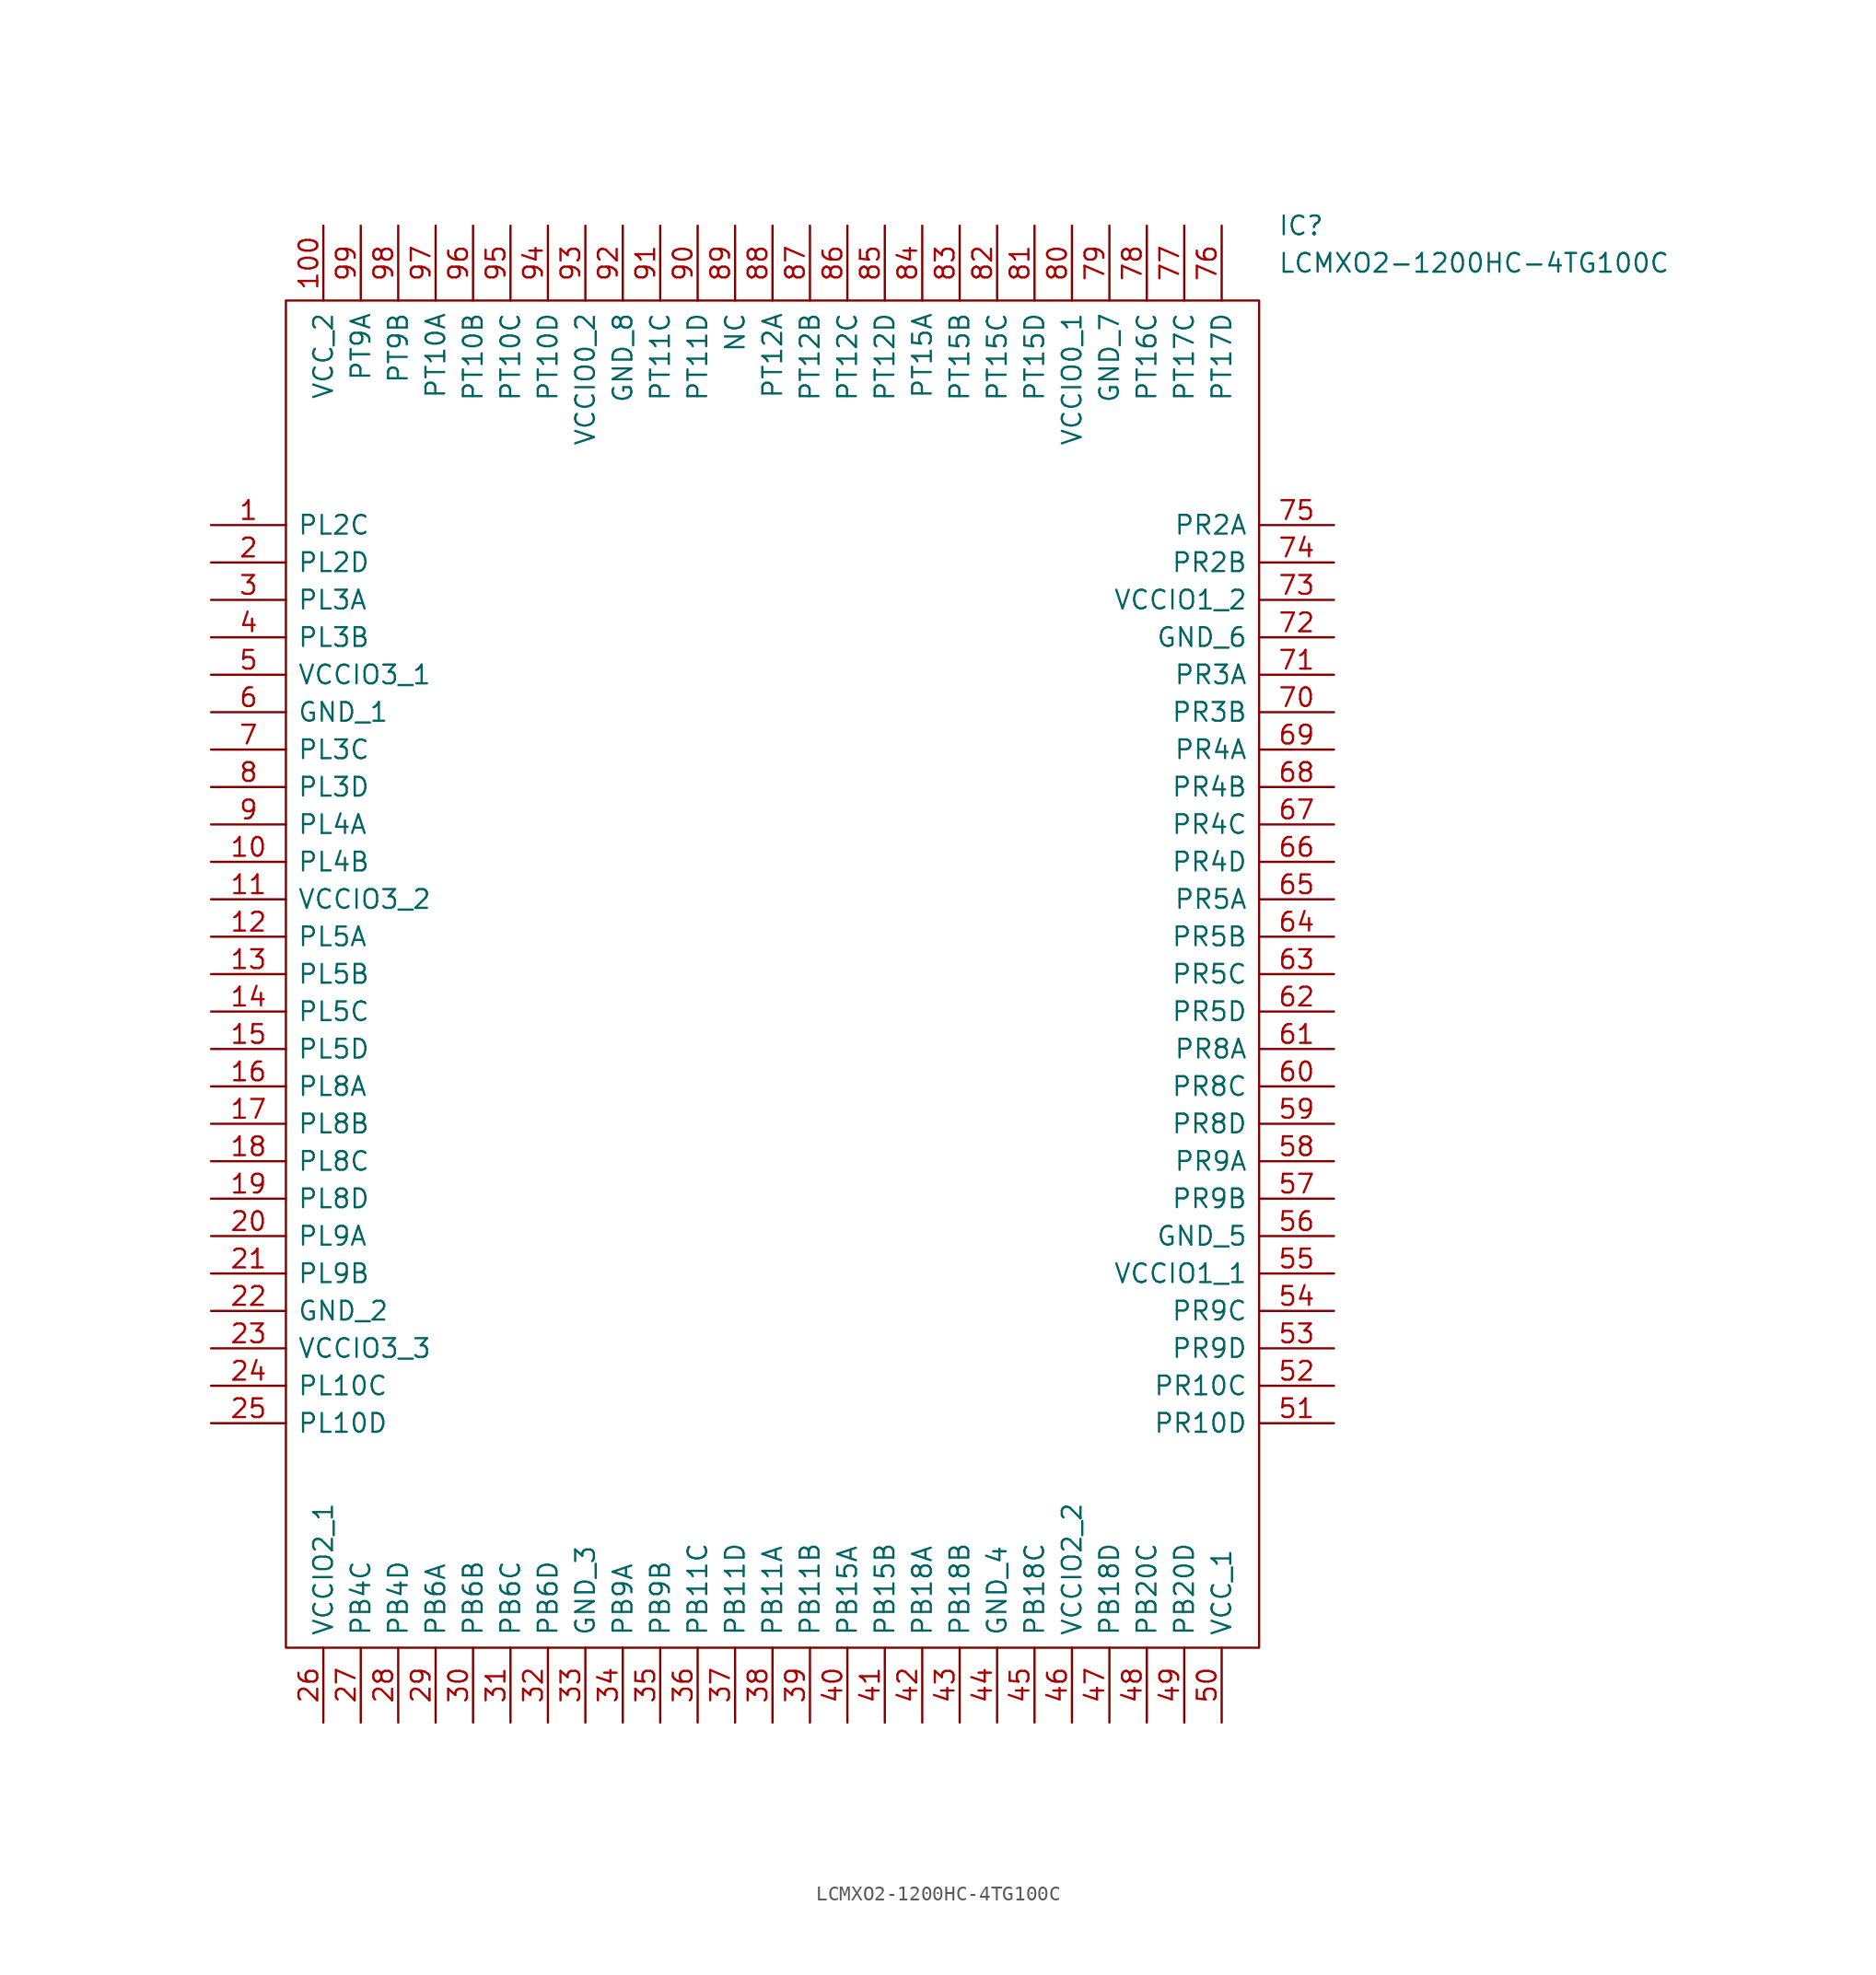
<source format=kicad_sym>
(kicad_symbol_lib
  (version 20220914)
  (generator kicad_symbol_editor)
  (symbol "LCMXO2-1200HC-4TG100C"
    (pin_names
      (offset 0.762))
    (property "Reference" "IC"
      (at 72.39 20.32 0)
      (effects (font (size 1.27 1.27)) (justify left)))
    (property "Value" "LCMXO2-1200HC-4TG100C"
      (at 72.39 17.78 0)
      (effects (font (size 1.27 1.27)) (justify left)))
    (symbol "LCMXO2-1200HC-4TG100C_0_0"
      (pin bidirectional line (at 0 0 0) (length 5.08) (name "PL2C" (effects (font (size 1.27 1.27)))) (number "1" (effects (font (size 1.27 1.27)))))
      (pin bidirectional line (at 0 -22.86 0) (length 5.08) (name "PL4B" (effects (font (size 1.27 1.27)))) (number "10" (effects (font (size 1.27 1.27)))))
      (pin bidirectional line (at 7.62 20.32 270) (length 5.08) (name "VCC_2" (effects (font (size 1.27 1.27)))) (number "100" (effects (font (size 1.27 1.27)))))
      (pin bidirectional line (at 0 -25.4 0) (length 5.08) (name "VCCIO3_2" (effects (font (size 1.27 1.27)))) (number "11" (effects (font (size 1.27 1.27)))))
      (pin bidirectional line (at 0 -27.94 0) (length 5.08) (name "PL5A" (effects (font (size 1.27 1.27)))) (number "12" (effects (font (size 1.27 1.27)))))
      (pin bidirectional line (at 0 -30.48 0) (length 5.08) (name "PL5B" (effects (font (size 1.27 1.27)))) (number "13" (effects (font (size 1.27 1.27)))))
      (pin bidirectional line (at 0 -33.02 0) (length 5.08) (name "PL5C" (effects (font (size 1.27 1.27)))) (number "14" (effects (font (size 1.27 1.27)))))
      (pin bidirectional line (at 0 -35.56 0) (length 5.08) (name "PL5D" (effects (font (size 1.27 1.27)))) (number "15" (effects (font (size 1.27 1.27)))))
      (pin bidirectional line (at 0 -38.1 0) (length 5.08) (name "PL8A" (effects (font (size 1.27 1.27)))) (number "16" (effects (font (size 1.27 1.27)))))
      (pin bidirectional line (at 0 -40.64 0) (length 5.08) (name "PL8B" (effects (font (size 1.27 1.27)))) (number "17" (effects (font (size 1.27 1.27)))))
      (pin bidirectional line (at 0 -43.18 0) (length 5.08) (name "PL8C" (effects (font (size 1.27 1.27)))) (number "18" (effects (font (size 1.27 1.27)))))
      (pin bidirectional line (at 0 -45.72 0) (length 5.08) (name "PL8D" (effects (font (size 1.27 1.27)))) (number "19" (effects (font (size 1.27 1.27)))))
      (pin bidirectional line (at 0 -2.54 0) (length 5.08) (name "PL2D" (effects (font (size 1.27 1.27)))) (number "2" (effects (font (size 1.27 1.27)))))
      (pin bidirectional line (at 0 -48.26 0) (length 5.08) (name "PL9A" (effects (font (size 1.27 1.27)))) (number "20" (effects (font (size 1.27 1.27)))))
      (pin bidirectional line (at 0 -50.8 0) (length 5.08) (name "PL9B" (effects (font (size 1.27 1.27)))) (number "21" (effects (font (size 1.27 1.27)))))
      (pin bidirectional line (at 0 -53.34 0) (length 5.08) (name "GND_2" (effects (font (size 1.27 1.27)))) (number "22" (effects (font (size 1.27 1.27)))))
      (pin bidirectional line (at 0 -55.88 0) (length 5.08) (name "VCCIO3_3" (effects (font (size 1.27 1.27)))) (number "23" (effects (font (size 1.27 1.27)))))
      (pin bidirectional line (at 0 -58.42 0) (length 5.08) (name "PL10C" (effects (font (size 1.27 1.27)))) (number "24" (effects (font (size 1.27 1.27)))))
      (pin bidirectional line (at 0 -60.96 0) (length 5.08) (name "PL10D" (effects (font (size 1.27 1.27)))) (number "25" (effects (font (size 1.27 1.27)))))
      (pin bidirectional line (at 7.62 -81.28 90) (length 5.08) (name "VCCIO2_1" (effects (font (size 1.27 1.27)))) (number "26" (effects (font (size 1.27 1.27)))))
      (pin bidirectional line (at 10.16 -81.28 90) (length 5.08) (name "PB4C" (effects (font (size 1.27 1.27)))) (number "27" (effects (font (size 1.27 1.27)))))
      (pin bidirectional line (at 12.7 -81.28 90) (length 5.08) (name "PB4D" (effects (font (size 1.27 1.27)))) (number "28" (effects (font (size 1.27 1.27)))))
      (pin bidirectional line (at 15.24 -81.28 90) (length 5.08) (name "PB6A" (effects (font (size 1.27 1.27)))) (number "29" (effects (font (size 1.27 1.27)))))
      (pin bidirectional line (at 0 -5.08 0) (length 5.08) (name "PL3A" (effects (font (size 1.27 1.27)))) (number "3" (effects (font (size 1.27 1.27)))))
      (pin bidirectional line (at 17.78 -81.28 90) (length 5.08) (name "PB6B" (effects (font (size 1.27 1.27)))) (number "30" (effects (font (size 1.27 1.27)))))
      (pin bidirectional line (at 20.32 -81.28 90) (length 5.08) (name "PB6C" (effects (font (size 1.27 1.27)))) (number "31" (effects (font (size 1.27 1.27)))))
      (pin bidirectional line (at 22.86 -81.28 90) (length 5.08) (name "PB6D" (effects (font (size 1.27 1.27)))) (number "32" (effects (font (size 1.27 1.27)))))
      (pin bidirectional line (at 25.4 -81.28 90) (length 5.08) (name "GND_3" (effects (font (size 1.27 1.27)))) (number "33" (effects (font (size 1.27 1.27)))))
      (pin bidirectional line (at 27.94 -81.28 90) (length 5.08) (name "PB9A" (effects (font (size 1.27 1.27)))) (number "34" (effects (font (size 1.27 1.27)))))
      (pin bidirectional line (at 30.48 -81.28 90) (length 5.08) (name "PB9B" (effects (font (size 1.27 1.27)))) (number "35" (effects (font (size 1.27 1.27)))))
      (pin bidirectional line (at 33.02 -81.28 90) (length 5.08) (name "PB11C" (effects (font (size 1.27 1.27)))) (number "36" (effects (font (size 1.27 1.27)))))
      (pin bidirectional line (at 35.56 -81.28 90) (length 5.08) (name "PB11D" (effects (font (size 1.27 1.27)))) (number "37" (effects (font (size 1.27 1.27)))))
      (pin bidirectional line (at 38.1 -81.28 90) (length 5.08) (name "PB11A" (effects (font (size 1.27 1.27)))) (number "38" (effects (font (size 1.27 1.27)))))
      (pin bidirectional line (at 40.64 -81.28 90) (length 5.08) (name "PB11B" (effects (font (size 1.27 1.27)))) (number "39" (effects (font (size 1.27 1.27)))))
      (pin bidirectional line (at 0 -7.62 0) (length 5.08) (name "PL3B" (effects (font (size 1.27 1.27)))) (number "4" (effects (font (size 1.27 1.27)))))
      (pin bidirectional line (at 43.18 -81.28 90) (length 5.08) (name "PB15A" (effects (font (size 1.27 1.27)))) (number "40" (effects (font (size 1.27 1.27)))))
      (pin bidirectional line (at 45.72 -81.28 90) (length 5.08) (name "PB15B" (effects (font (size 1.27 1.27)))) (number "41" (effects (font (size 1.27 1.27)))))
      (pin bidirectional line (at 48.26 -81.28 90) (length 5.08) (name "PB18A" (effects (font (size 1.27 1.27)))) (number "42" (effects (font (size 1.27 1.27)))))
      (pin bidirectional line (at 50.8 -81.28 90) (length 5.08) (name "PB18B" (effects (font (size 1.27 1.27)))) (number "43" (effects (font (size 1.27 1.27)))))
      (pin bidirectional line (at 53.34 -81.28 90) (length 5.08) (name "GND_4" (effects (font (size 1.27 1.27)))) (number "44" (effects (font (size 1.27 1.27)))))
      (pin bidirectional line (at 55.88 -81.28 90) (length 5.08) (name "PB18C" (effects (font (size 1.27 1.27)))) (number "45" (effects (font (size 1.27 1.27)))))
      (pin bidirectional line (at 58.42 -81.28 90) (length 5.08) (name "VCCIO2_2" (effects (font (size 1.27 1.27)))) (number "46" (effects (font (size 1.27 1.27)))))
      (pin bidirectional line (at 60.96 -81.28 90) (length 5.08) (name "PB18D" (effects (font (size 1.27 1.27)))) (number "47" (effects (font (size 1.27 1.27)))))
      (pin bidirectional line (at 63.5 -81.28 90) (length 5.08) (name "PB20C" (effects (font (size 1.27 1.27)))) (number "48" (effects (font (size 1.27 1.27)))))
      (pin bidirectional line (at 66.04 -81.28 90) (length 5.08) (name "PB20D" (effects (font (size 1.27 1.27)))) (number "49" (effects (font (size 1.27 1.27)))))
      (pin bidirectional line (at 0 -10.16 0) (length 5.08) (name "VCCIO3_1" (effects (font (size 1.27 1.27)))) (number "5" (effects (font (size 1.27 1.27)))))
      (pin bidirectional line (at 68.58 -81.28 90) (length 5.08) (name "VCC_1" (effects (font (size 1.27 1.27)))) (number "50" (effects (font (size 1.27 1.27)))))
      (pin bidirectional line (at 76.2 -60.96 180) (length 5.08) (name "PR10D" (effects (font (size 1.27 1.27)))) (number "51" (effects (font (size 1.27 1.27)))))
      (pin bidirectional line (at 76.2 -58.42 180) (length 5.08) (name "PR10C" (effects (font (size 1.27 1.27)))) (number "52" (effects (font (size 1.27 1.27)))))
      (pin bidirectional line (at 76.2 -55.88 180) (length 5.08) (name "PR9D" (effects (font (size 1.27 1.27)))) (number "53" (effects (font (size 1.27 1.27)))))
      (pin bidirectional line (at 76.2 -53.34 180) (length 5.08) (name "PR9C" (effects (font (size 1.27 1.27)))) (number "54" (effects (font (size 1.27 1.27)))))
      (pin bidirectional line (at 76.2 -50.8 180) (length 5.08) (name "VCCIO1_1" (effects (font (size 1.27 1.27)))) (number "55" (effects (font (size 1.27 1.27)))))
      (pin bidirectional line (at 76.2 -48.26 180) (length 5.08) (name "GND_5" (effects (font (size 1.27 1.27)))) (number "56" (effects (font (size 1.27 1.27)))))
      (pin bidirectional line (at 76.2 -45.72 180) (length 5.08) (name "PR9B" (effects (font (size 1.27 1.27)))) (number "57" (effects (font (size 1.27 1.27)))))
      (pin bidirectional line (at 76.2 -43.18 180) (length 5.08) (name "PR9A" (effects (font (size 1.27 1.27)))) (number "58" (effects (font (size 1.27 1.27)))))
      (pin bidirectional line (at 76.2 -40.64 180) (length 5.08) (name "PR8D" (effects (font (size 1.27 1.27)))) (number "59" (effects (font (size 1.27 1.27)))))
      (pin bidirectional line (at 0 -12.7 0) (length 5.08) (name "GND_1" (effects (font (size 1.27 1.27)))) (number "6" (effects (font (size 1.27 1.27)))))
      (pin bidirectional line (at 76.2 -38.1 180) (length 5.08) (name "PR8C" (effects (font (size 1.27 1.27)))) (number "60" (effects (font (size 1.27 1.27)))))
      (pin bidirectional line (at 76.2 -35.56 180) (length 5.08) (name "PR8A" (effects (font (size 1.27 1.27)))) (number "61" (effects (font (size 1.27 1.27)))))
      (pin bidirectional line (at 76.2 -33.02 180) (length 5.08) (name "PR5D" (effects (font (size 1.27 1.27)))) (number "62" (effects (font (size 1.27 1.27)))))
      (pin bidirectional line (at 76.2 -30.48 180) (length 5.08) (name "PR5C" (effects (font (size 1.27 1.27)))) (number "63" (effects (font (size 1.27 1.27)))))
      (pin bidirectional line (at 76.2 -27.94 180) (length 5.08) (name "PR5B" (effects (font (size 1.27 1.27)))) (number "64" (effects (font (size 1.27 1.27)))))
      (pin bidirectional line (at 76.2 -25.4 180) (length 5.08) (name "PR5A" (effects (font (size 1.27 1.27)))) (number "65" (effects (font (size 1.27 1.27)))))
      (pin bidirectional line (at 76.2 -22.86 180) (length 5.08) (name "PR4D" (effects (font (size 1.27 1.27)))) (number "66" (effects (font (size 1.27 1.27)))))
      (pin bidirectional line (at 76.2 -20.32 180) (length 5.08) (name "PR4C" (effects (font (size 1.27 1.27)))) (number "67" (effects (font (size 1.27 1.27)))))
      (pin bidirectional line (at 76.2 -17.78 180) (length 5.08) (name "PR4B" (effects (font (size 1.27 1.27)))) (number "68" (effects (font (size 1.27 1.27)))))
      (pin bidirectional line (at 76.2 -15.24 180) (length 5.08) (name "PR4A" (effects (font (size 1.27 1.27)))) (number "69" (effects (font (size 1.27 1.27)))))
      (pin bidirectional line (at 0 -15.24 0) (length 5.08) (name "PL3C" (effects (font (size 1.27 1.27)))) (number "7" (effects (font (size 1.27 1.27)))))
      (pin bidirectional line (at 76.2 -12.7 180) (length 5.08) (name "PR3B" (effects (font (size 1.27 1.27)))) (number "70" (effects (font (size 1.27 1.27)))))
      (pin bidirectional line (at 76.2 -10.16 180) (length 5.08) (name "PR3A" (effects (font (size 1.27 1.27)))) (number "71" (effects (font (size 1.27 1.27)))))
      (pin bidirectional line (at 76.2 -7.62 180) (length 5.08) (name "GND_6" (effects (font (size 1.27 1.27)))) (number "72" (effects (font (size 1.27 1.27)))))
      (pin bidirectional line (at 76.2 -5.08 180) (length 5.08) (name "VCCIO1_2" (effects (font (size 1.27 1.27)))) (number "73" (effects (font (size 1.27 1.27)))))
      (pin bidirectional line (at 76.2 -2.54 180) (length 5.08) (name "PR2B" (effects (font (size 1.27 1.27)))) (number "74" (effects (font (size 1.27 1.27)))))
      (pin bidirectional line (at 76.2 0 180) (length 5.08) (name "PR2A" (effects (font (size 1.27 1.27)))) (number "75" (effects (font (size 1.27 1.27)))))
      (pin bidirectional line (at 68.58 20.32 270) (length 5.08) (name "PT17D" (effects (font (size 1.27 1.27)))) (number "76" (effects (font (size 1.27 1.27)))))
      (pin bidirectional line (at 66.04 20.32 270) (length 5.08) (name "PT17C" (effects (font (size 1.27 1.27)))) (number "77" (effects (font (size 1.27 1.27)))))
      (pin bidirectional line (at 63.5 20.32 270) (length 5.08) (name "PT16C" (effects (font (size 1.27 1.27)))) (number "78" (effects (font (size 1.27 1.27)))))
      (pin bidirectional line (at 60.96 20.32 270) (length 5.08) (name "GND_7" (effects (font (size 1.27 1.27)))) (number "79" (effects (font (size 1.27 1.27)))))
      (pin bidirectional line (at 0 -17.78 0) (length 5.08) (name "PL3D" (effects (font (size 1.27 1.27)))) (number "8" (effects (font (size 1.27 1.27)))))
      (pin bidirectional line (at 58.42 20.32 270) (length 5.08) (name "VCCIO0_1" (effects (font (size 1.27 1.27)))) (number "80" (effects (font (size 1.27 1.27)))))
      (pin bidirectional line (at 55.88 20.32 270) (length 5.08) (name "PT15D" (effects (font (size 1.27 1.27)))) (number "81" (effects (font (size 1.27 1.27)))))
      (pin bidirectional line (at 53.34 20.32 270) (length 5.08) (name "PT15C" (effects (font (size 1.27 1.27)))) (number "82" (effects (font (size 1.27 1.27)))))
      (pin bidirectional line (at 50.8 20.32 270) (length 5.08) (name "PT15B" (effects (font (size 1.27 1.27)))) (number "83" (effects (font (size 1.27 1.27)))))
      (pin bidirectional line (at 48.26 20.32 270) (length 5.08) (name "PT15A" (effects (font (size 1.27 1.27)))) (number "84" (effects (font (size 1.27 1.27)))))
      (pin bidirectional line (at 45.72 20.32 270) (length 5.08) (name "PT12D" (effects (font (size 1.27 1.27)))) (number "85" (effects (font (size 1.27 1.27)))))
      (pin bidirectional line (at 43.18 20.32 270) (length 5.08) (name "PT12C" (effects (font (size 1.27 1.27)))) (number "86" (effects (font (size 1.27 1.27)))))
      (pin bidirectional line (at 40.64 20.32 270) (length 5.08) (name "PT12B" (effects (font (size 1.27 1.27)))) (number "87" (effects (font (size 1.27 1.27)))))
      (pin bidirectional line (at 38.1 20.32 270) (length 5.08) (name "PT12A" (effects (font (size 1.27 1.27)))) (number "88" (effects (font (size 1.27 1.27)))))
      (pin bidirectional line (at 35.56 20.32 270) (length 5.08) (name "NC" (effects (font (size 1.27 1.27)))) (number "89" (effects (font (size 1.27 1.27)))))
      (pin bidirectional line (at 0 -20.32 0) (length 5.08) (name "PL4A" (effects (font (size 1.27 1.27)))) (number "9" (effects (font (size 1.27 1.27)))))
      (pin bidirectional line (at 33.02 20.32 270) (length 5.08) (name "PT11D" (effects (font (size 1.27 1.27)))) (number "90" (effects (font (size 1.27 1.27)))))
      (pin bidirectional line (at 30.48 20.32 270) (length 5.08) (name "PT11C" (effects (font (size 1.27 1.27)))) (number "91" (effects (font (size 1.27 1.27)))))
      (pin bidirectional line (at 27.94 20.32 270) (length 5.08) (name "GND_8" (effects (font (size 1.27 1.27)))) (number "92" (effects (font (size 1.27 1.27)))))
      (pin bidirectional line (at 25.4 20.32 270) (length 5.08) (name "VCCIO0_2" (effects (font (size 1.27 1.27)))) (number "93" (effects (font (size 1.27 1.27)))))
      (pin bidirectional line (at 22.86 20.32 270) (length 5.08) (name "PT10D" (effects (font (size 1.27 1.27)))) (number "94" (effects (font (size 1.27 1.27)))))
      (pin bidirectional line (at 20.32 20.32 270) (length 5.08) (name "PT10C" (effects (font (size 1.27 1.27)))) (number "95" (effects (font (size 1.27 1.27)))))
      (pin bidirectional line (at 17.78 20.32 270) (length 5.08) (name "PT10B" (effects (font (size 1.27 1.27)))) (number "96" (effects (font (size 1.27 1.27)))))
      (pin bidirectional line (at 15.24 20.32 270) (length 5.08) (name "PT10A" (effects (font (size 1.27 1.27)))) (number "97" (effects (font (size 1.27 1.27)))))
      (pin bidirectional line (at 12.7 20.32 270) (length 5.08) (name "PT9B" (effects (font (size 1.27 1.27)))) (number "98" (effects (font (size 1.27 1.27)))))
      (pin bidirectional line (at 10.16 20.32 270) (length 5.08) (name "PT9A" (effects (font (size 1.27 1.27)))) (number "99" (effects (font (size 1.27 1.27))))))
    (symbol "LCMXO2-1200HC-4TG100C_0_1"
      (polyline (pts (xy 5.08 15.24) (xy 71.12 15.24) (xy 71.12 -76.2) (xy 5.08 -76.2) (xy 5.08 15.24)) (stroke (width 0.152) (type default)) (fill (type none))))))
</source>
